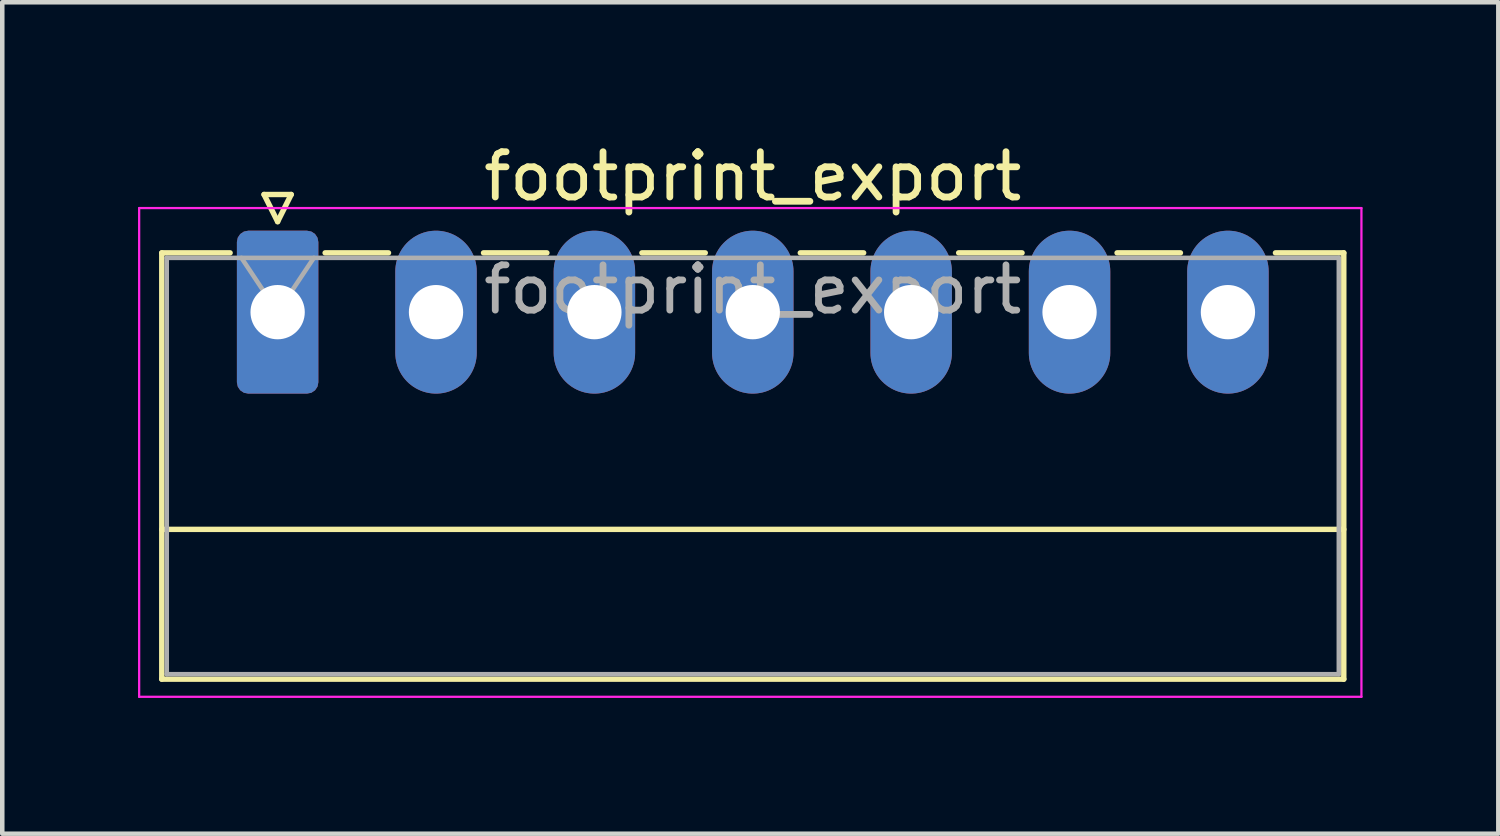
<source format=kicad_pcb>
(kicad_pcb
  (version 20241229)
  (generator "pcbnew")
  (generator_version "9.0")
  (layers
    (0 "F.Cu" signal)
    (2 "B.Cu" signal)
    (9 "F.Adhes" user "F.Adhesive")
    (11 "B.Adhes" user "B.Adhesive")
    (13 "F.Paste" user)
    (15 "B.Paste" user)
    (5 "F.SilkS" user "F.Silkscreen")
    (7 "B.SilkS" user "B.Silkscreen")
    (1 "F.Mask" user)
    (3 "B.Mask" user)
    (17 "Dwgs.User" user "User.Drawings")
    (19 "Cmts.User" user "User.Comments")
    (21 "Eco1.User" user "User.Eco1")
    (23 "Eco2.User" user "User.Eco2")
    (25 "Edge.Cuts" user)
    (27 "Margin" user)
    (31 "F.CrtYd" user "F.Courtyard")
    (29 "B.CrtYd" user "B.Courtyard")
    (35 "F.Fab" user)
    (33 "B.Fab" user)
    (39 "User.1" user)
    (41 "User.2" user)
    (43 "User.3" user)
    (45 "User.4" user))
  (footprint "footprint_export"
    (layer "F.Cu")
    (at 3.085 3.848)
    (property "Reference" "footprint_export" (at 10.5 -3 0) (layer "F.SilkS") (effects (font (size 1 1) (thickness 0.15))))
    (attr through_hole)
    (fp_line (start -2.56 -1.31) (end -2.56 8.11) (stroke (width 0.12) (type solid)) (layer "F.SilkS"))
    (fp_line (start -2.56 -1.31) (end -1.05 -1.31) (stroke (width 0.12) (type solid)) (layer "F.SilkS"))
    (fp_line (start -2.56 4.8) (end 23.56 4.8) (stroke (width 0.12) (type solid)) (layer "F.SilkS"))
    (fp_line (start -2.56 8.11) (end 23.56 8.11) (stroke (width 0.12) (type solid)) (layer "F.SilkS"))
    (fp_line (start -0.3 -2.6) (end 0.3 -2.6) (stroke (width 0.12) (type solid)) (layer "F.SilkS"))
    (fp_line (start 0 -2) (end -0.3 -2.6) (stroke (width 0.12) (type solid)) (layer "F.SilkS"))
    (fp_line (start 0.3 -2.6) (end 0 -2) (stroke (width 0.12) (type solid)) (layer "F.SilkS"))
    (fp_line (start 1.05 -1.31) (end 2.45 -1.31) (stroke (width 0.12) (type solid)) (layer "F.SilkS"))
    (fp_line (start 4.55 -1.31) (end 5.95 -1.31) (stroke (width 0.12) (type solid)) (layer "F.SilkS"))
    (fp_line (start 8.05 -1.31) (end 9.45 -1.31) (stroke (width 0.12) (type solid)) (layer "F.SilkS"))
    (fp_line (start 11.55 -1.31) (end 12.95 -1.31) (stroke (width 0.12) (type solid)) (layer "F.SilkS"))
    (fp_line (start 15.05 -1.31) (end 16.45 -1.31) (stroke (width 0.12) (type solid)) (layer "F.SilkS"))
    (fp_line (start 18.55 -1.31) (end 19.95 -1.31) (stroke (width 0.12) (type solid)) (layer "F.SilkS"))
    (fp_line (start 23.56 -1.31) (end 22.05 -1.31) (stroke (width 0.12) (type solid)) (layer "F.SilkS"))
    (fp_line (start 23.56 8.11) (end 23.56 -1.31) (stroke (width 0.12) (type solid)) (layer "F.SilkS"))
    (fp_line (start -3.06 -2.3) (end -3.06 8.5) (stroke (width 0.05) (type solid)) (layer "F.CrtYd"))
    (fp_line (start -3.06 8.5) (end 23.95 8.5) (stroke (width 0.05) (type solid)) (layer "F.CrtYd"))
    (fp_line (start 23.95 -2.3) (end -3.06 -2.3) (stroke (width 0.05) (type solid)) (layer "F.CrtYd"))
    (fp_line (start 23.95 8.5) (end 23.95 -2.3) (stroke (width 0.05) (type solid)) (layer "F.CrtYd"))
    (fp_line (start -2.45 -1.2) (end -2.45 8) (stroke (width 0.1) (type solid)) (layer "F.Fab"))
    (fp_line (start -2.45 8) (end 23.45 8) (stroke (width 0.1) (type solid)) (layer "F.Fab"))
    (fp_line (start 0 0) (end -0.8 -1.2) (stroke (width 0.1) (type solid)) (layer "F.Fab"))
    (fp_line (start 0.8 -1.2) (end 0 0) (stroke (width 0.1) (type solid)) (layer "F.Fab"))
    (fp_line (start 23.45 -1.2) (end -2.45 -1.2) (stroke (width 0.1) (type solid)) (layer "F.Fab"))
    (fp_line (start 23.45 8) (end 23.45 -1.2) (stroke (width 0.1) (type solid)) (layer "F.Fab"))
    (fp_text user "${REFERENCE}" (at 10.5 -0.5 0) (layer "F.Fab") (effects (font (size 1 1) (thickness 0.15))))
    (pad "1" thru_hole roundrect (at 0 0) (size 1.8 3.6) (drill 1.2) (layers "*.Cu" "*.Mask") (roundrect_rratio 0.139))
    (pad "2" thru_hole oval (at 3.5 0) (size 1.8 3.6) (drill 1.2) (layers "*.Cu" "*.Mask"))
    (pad "3" thru_hole oval (at 7 0) (size 1.8 3.6) (drill 1.2) (layers "*.Cu" "*.Mask"))
    (pad "4" thru_hole oval (at 10.5 0) (size 1.8 3.6) (drill 1.2) (layers "*.Cu" "*.Mask"))
    (pad "5" thru_hole oval (at 14 0) (size 1.8 3.6) (drill 1.2) (layers "*.Cu" "*.Mask"))
    (pad "6" thru_hole oval (at 17.5 0) (size 1.8 3.6) (drill 1.2) (layers "*.Cu" "*.Mask"))
    (pad "7" thru_hole oval (at 21 0) (size 1.8 3.6) (drill 1.2) (layers "*.Cu" "*.Mask")))
  (gr_rect
    (start -3 -3)
    (end 30.06 15.373)
    (stroke (width 0.1) (type default))
    (fill no)
    (layer "Edge.Cuts")))
</source>
